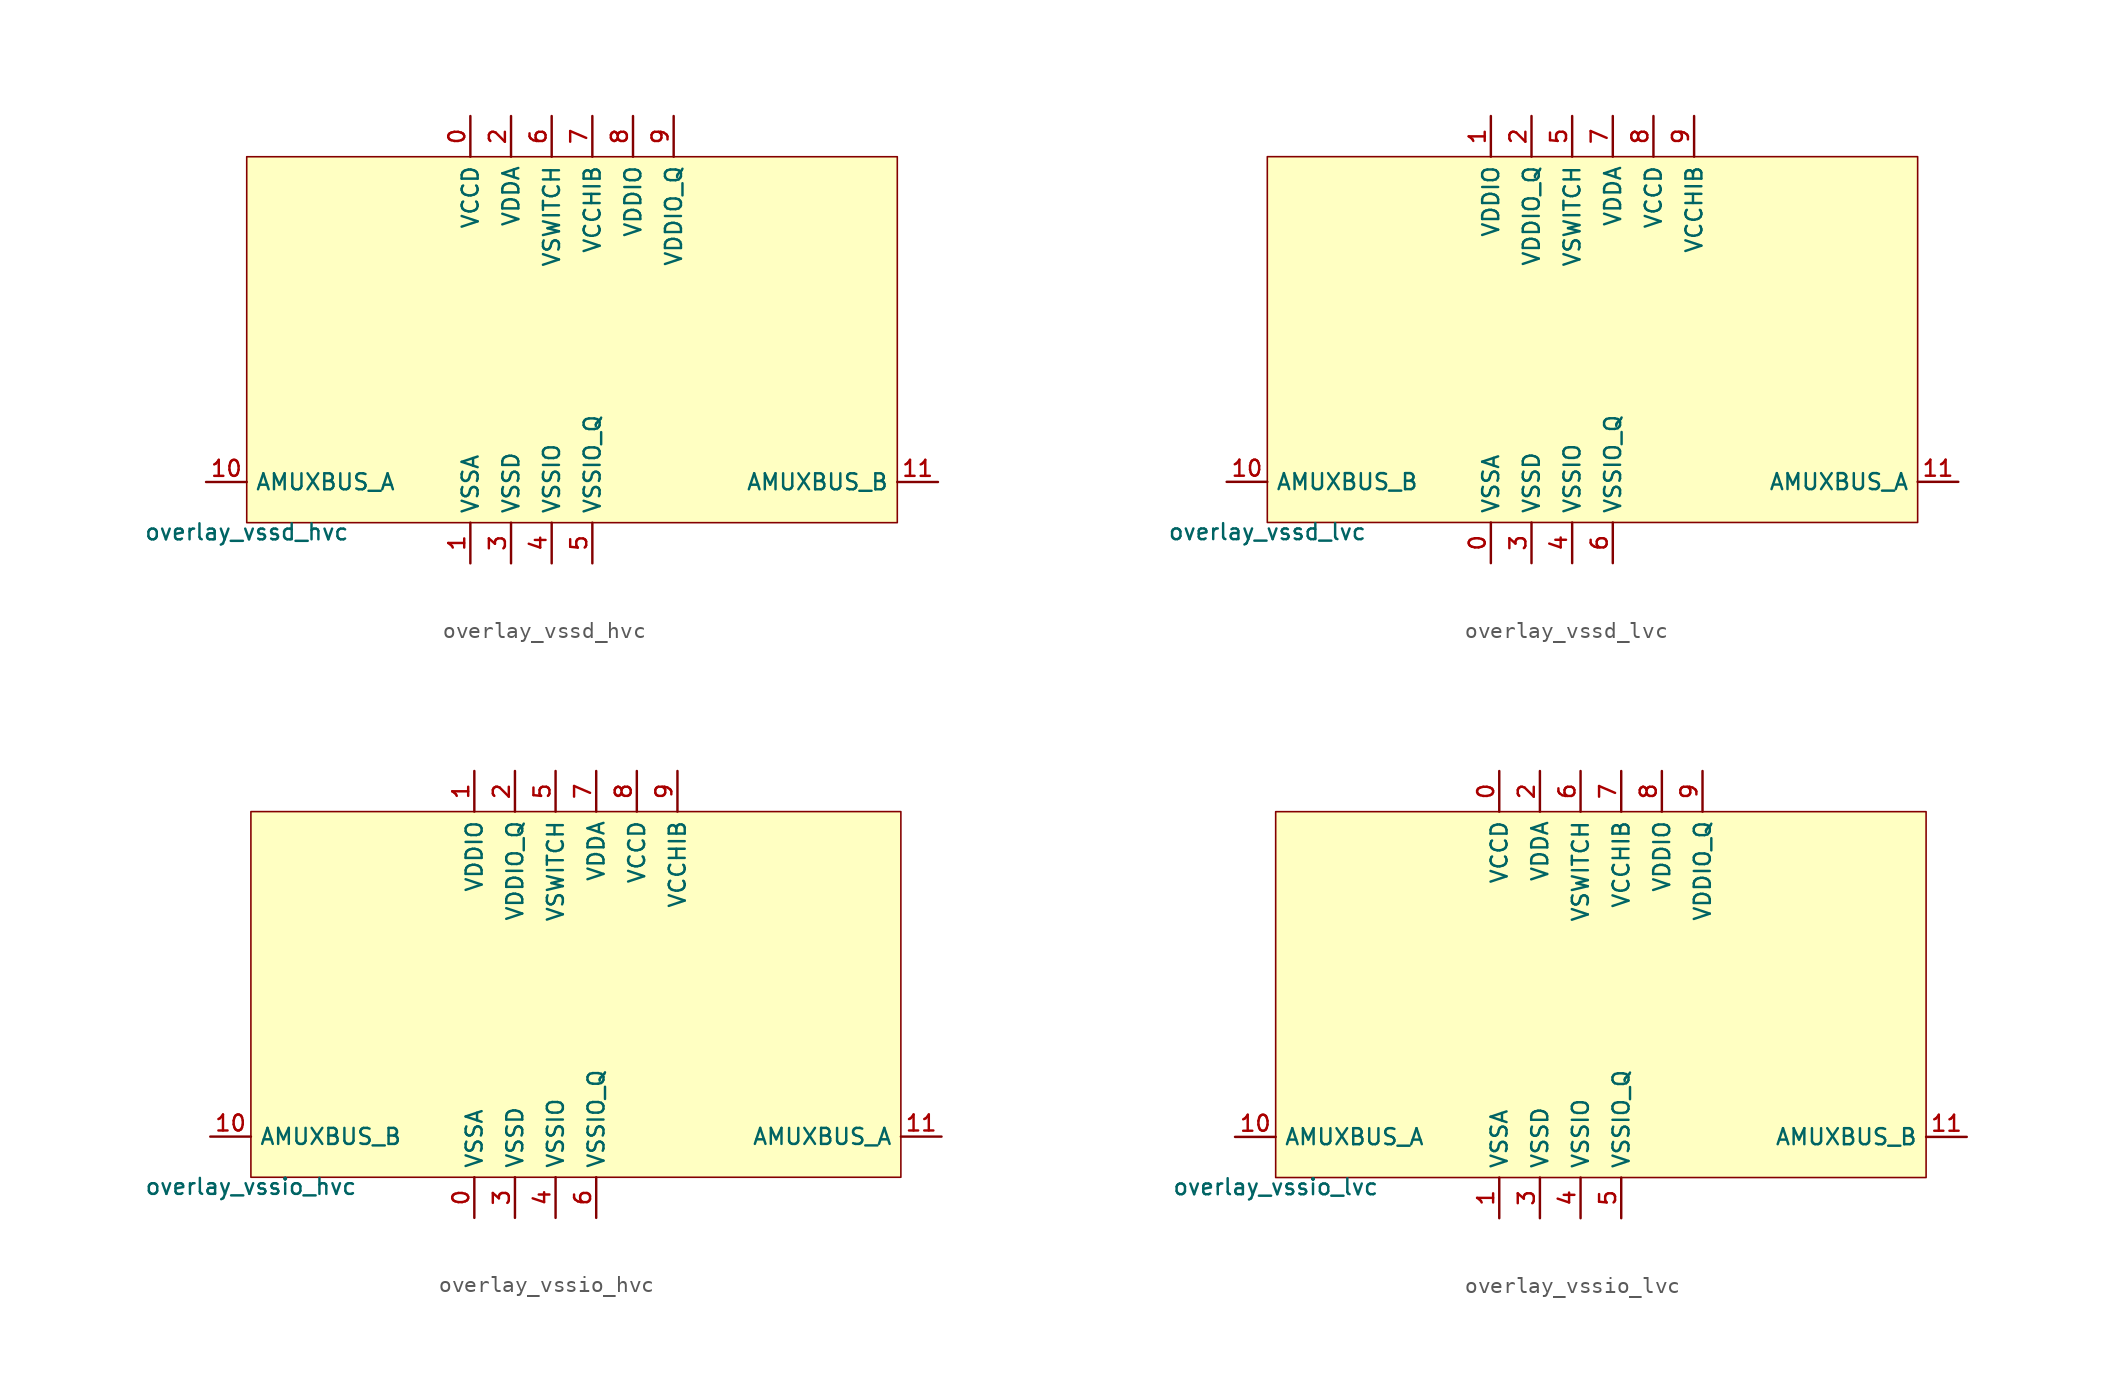
<source format=kicad_sym>
(kicad_symbol_lib
  (version 20211014)
  (generator pdk2kicad)
  (symbol "overlay_vssd_hvc"
    (property "Reference" "X"
      (at 0 0 0)
      (effects (font (size 1 1)) hide))
    (property "Value" "overlay_vssd_hvc"
      (at -20.32 -11.43 0)
      (effects (font (size 1 1)) (justify top)))
    (rectangle
      (start -20.32 -11.43)
      (end 20.32 11.43)
      (stroke (width 0.1) (type solid) (color 0 0 0 0))
      (fill (type background)))
    (pin power_in line
      (at -6.35 13.97 270)
      (length 2.54)
      (name "VCCD" (effects (font (size 1 1)) hide))
      (number "0" (effects (font (size 1 1)) hide)))
    (pin power_in line
      (at -6.35 -13.97 90)
      (length 2.54)
      (name "VSSA" (effects (font (size 1 1)) hide))
      (number "1" (effects (font (size 1 1)) hide)))
    (pin power_in line
      (at -3.81 13.97 270)
      (length 2.54)
      (name "VDDA" (effects (font (size 1 1)) hide))
      (number "2" (effects (font (size 1 1)) hide)))
    (pin power_in line
      (at -3.81 -13.97 90)
      (length 2.54)
      (name "VSSD" (effects (font (size 1 1)) hide))
      (number "3" (effects (font (size 1 1)) hide)))
    (pin power_in line
      (at -1.27 -13.97 90)
      (length 2.54)
      (name "VSSIO" (effects (font (size 1 1)) hide))
      (number "4" (effects (font (size 1 1)) hide)))
    (pin power_in line
      (at 1.27 -13.97 90)
      (length 2.54)
      (name "VSSIO_Q" (effects (font (size 1 1)) hide))
      (number "5" (effects (font (size 1 1)) hide)))
    (pin power_in line
      (at -1.27 13.97 270)
      (length 2.54)
      (name "VSWITCH" (effects (font (size 1 1)) hide))
      (number "6" (effects (font (size 1 1)) hide)))
    (pin power_in line
      (at 1.27 13.97 270)
      (length 2.54)
      (name "VCCHIB" (effects (font (size 1 1)) hide))
      (number "7" (effects (font (size 1 1)) hide)))
    (pin power_in line
      (at 3.81 13.97 270)
      (length 2.54)
      (name "VDDIO" (effects (font (size 1 1)) hide))
      (number "8" (effects (font (size 1 1)) hide)))
    (pin power_in line
      (at 6.35 13.97 270)
      (length 2.54)
      (name "VDDIO_Q" (effects (font (size 1 1)) hide))
      (number "9" (effects (font (size 1 1)) hide)))
    (pin bidirectional line
      (at -22.86 -8.89 0)
      (length 2.54)
      (name "AMUXBUS_A" (effects (font (size 1 1)) hide))
      (number "10" (effects (font (size 1 1)) hide)))
    (pin bidirectional line
      (at 22.86 -8.89 180)
      (length 2.54)
      (name "AMUXBUS_B" (effects (font (size 1 1)) hide))
      (number "11" (effects (font (size 1 1)) hide))))
  (symbol "overlay_vssd_lvc"
    (property "Reference" "X"
      (at 0 0 0)
      (effects (font (size 1 1)) hide))
    (property "Value" "overlay_vssd_lvc"
      (at -20.32 -11.43 0)
      (effects (font (size 1 1)) (justify top)))
    (rectangle
      (start -20.32 -11.43)
      (end 20.32 11.43)
      (stroke (width 0.1) (type solid) (color 0 0 0 0))
      (fill (type background)))
    (pin power_in line
      (at -6.35 -13.97 90)
      (length 2.54)
      (name "VSSA" (effects (font (size 1 1)) hide))
      (number "0" (effects (font (size 1 1)) hide)))
    (pin power_in line
      (at -6.35 13.97 270)
      (length 2.54)
      (name "VDDIO" (effects (font (size 1 1)) hide))
      (number "1" (effects (font (size 1 1)) hide)))
    (pin power_in line
      (at -3.81 13.97 270)
      (length 2.54)
      (name "VDDIO_Q" (effects (font (size 1 1)) hide))
      (number "2" (effects (font (size 1 1)) hide)))
    (pin power_in line
      (at -3.81 -13.97 90)
      (length 2.54)
      (name "VSSD" (effects (font (size 1 1)) hide))
      (number "3" (effects (font (size 1 1)) hide)))
    (pin power_in line
      (at -1.27 -13.97 90)
      (length 2.54)
      (name "VSSIO" (effects (font (size 1 1)) hide))
      (number "4" (effects (font (size 1 1)) hide)))
    (pin power_in line
      (at -1.27 13.97 270)
      (length 2.54)
      (name "VSWITCH" (effects (font (size 1 1)) hide))
      (number "5" (effects (font (size 1 1)) hide)))
    (pin power_in line
      (at 1.27 -13.97 90)
      (length 2.54)
      (name "VSSIO_Q" (effects (font (size 1 1)) hide))
      (number "6" (effects (font (size 1 1)) hide)))
    (pin power_in line
      (at 1.27 13.97 270)
      (length 2.54)
      (name "VDDA" (effects (font (size 1 1)) hide))
      (number "7" (effects (font (size 1 1)) hide)))
    (pin power_in line
      (at 3.81 13.97 270)
      (length 2.54)
      (name "VCCD" (effects (font (size 1 1)) hide))
      (number "8" (effects (font (size 1 1)) hide)))
    (pin power_in line
      (at 6.35 13.97 270)
      (length 2.54)
      (name "VCCHIB" (effects (font (size 1 1)) hide))
      (number "9" (effects (font (size 1 1)) hide)))
    (pin bidirectional line
      (at -22.86 -8.89 0)
      (length 2.54)
      (name "AMUXBUS_B" (effects (font (size 1 1)) hide))
      (number "10" (effects (font (size 1 1)) hide)))
    (pin bidirectional line
      (at 22.86 -8.89 180)
      (length 2.54)
      (name "AMUXBUS_A" (effects (font (size 1 1)) hide))
      (number "11" (effects (font (size 1 1)) hide))))
  (symbol "overlay_vssio_hvc"
    (property "Reference" "X"
      (at 0 0 0)
      (effects (font (size 1 1)) hide))
    (property "Value" "overlay_vssio_hvc"
      (at -20.32 -11.43 0)
      (effects (font (size 1 1)) (justify top)))
    (rectangle
      (start -20.32 -11.43)
      (end 20.32 11.43)
      (stroke (width 0.1) (type solid) (color 0 0 0 0))
      (fill (type background)))
    (pin power_in line
      (at -6.35 -13.97 90)
      (length 2.54)
      (name "VSSA" (effects (font (size 1 1)) hide))
      (number "0" (effects (font (size 1 1)) hide)))
    (pin power_in line
      (at -6.35 13.97 270)
      (length 2.54)
      (name "VDDIO" (effects (font (size 1 1)) hide))
      (number "1" (effects (font (size 1 1)) hide)))
    (pin power_in line
      (at -3.81 13.97 270)
      (length 2.54)
      (name "VDDIO_Q" (effects (font (size 1 1)) hide))
      (number "2" (effects (font (size 1 1)) hide)))
    (pin power_in line
      (at -3.81 -13.97 90)
      (length 2.54)
      (name "VSSD" (effects (font (size 1 1)) hide))
      (number "3" (effects (font (size 1 1)) hide)))
    (pin power_in line
      (at -1.27 -13.97 90)
      (length 2.54)
      (name "VSSIO" (effects (font (size 1 1)) hide))
      (number "4" (effects (font (size 1 1)) hide)))
    (pin power_in line
      (at -1.27 13.97 270)
      (length 2.54)
      (name "VSWITCH" (effects (font (size 1 1)) hide))
      (number "5" (effects (font (size 1 1)) hide)))
    (pin power_in line
      (at 1.27 -13.97 90)
      (length 2.54)
      (name "VSSIO_Q" (effects (font (size 1 1)) hide))
      (number "6" (effects (font (size 1 1)) hide)))
    (pin power_in line
      (at 1.27 13.97 270)
      (length 2.54)
      (name "VDDA" (effects (font (size 1 1)) hide))
      (number "7" (effects (font (size 1 1)) hide)))
    (pin power_in line
      (at 3.81 13.97 270)
      (length 2.54)
      (name "VCCD" (effects (font (size 1 1)) hide))
      (number "8" (effects (font (size 1 1)) hide)))
    (pin power_in line
      (at 6.35 13.97 270)
      (length 2.54)
      (name "VCCHIB" (effects (font (size 1 1)) hide))
      (number "9" (effects (font (size 1 1)) hide)))
    (pin bidirectional line
      (at -22.86 -8.89 0)
      (length 2.54)
      (name "AMUXBUS_B" (effects (font (size 1 1)) hide))
      (number "10" (effects (font (size 1 1)) hide)))
    (pin bidirectional line
      (at 22.86 -8.89 180)
      (length 2.54)
      (name "AMUXBUS_A" (effects (font (size 1 1)) hide))
      (number "11" (effects (font (size 1 1)) hide))))
  (symbol "overlay_vssio_lvc"
    (property "Reference" "X"
      (at 0 0 0)
      (effects (font (size 1 1)) hide))
    (property "Value" "overlay_vssio_lvc"
      (at -20.32 -11.43 0)
      (effects (font (size 1 1)) (justify top)))
    (rectangle
      (start -20.32 -11.43)
      (end 20.32 11.43)
      (stroke (width 0.1) (type solid) (color 0 0 0 0))
      (fill (type background)))
    (pin power_in line
      (at -6.35 13.97 270)
      (length 2.54)
      (name "VCCD" (effects (font (size 1 1)) hide))
      (number "0" (effects (font (size 1 1)) hide)))
    (pin power_in line
      (at -6.35 -13.97 90)
      (length 2.54)
      (name "VSSA" (effects (font (size 1 1)) hide))
      (number "1" (effects (font (size 1 1)) hide)))
    (pin power_in line
      (at -3.81 13.97 270)
      (length 2.54)
      (name "VDDA" (effects (font (size 1 1)) hide))
      (number "2" (effects (font (size 1 1)) hide)))
    (pin power_in line
      (at -3.81 -13.97 90)
      (length 2.54)
      (name "VSSD" (effects (font (size 1 1)) hide))
      (number "3" (effects (font (size 1 1)) hide)))
    (pin power_in line
      (at -1.27 -13.97 90)
      (length 2.54)
      (name "VSSIO" (effects (font (size 1 1)) hide))
      (number "4" (effects (font (size 1 1)) hide)))
    (pin power_in line
      (at 1.27 -13.97 90)
      (length 2.54)
      (name "VSSIO_Q" (effects (font (size 1 1)) hide))
      (number "5" (effects (font (size 1 1)) hide)))
    (pin power_in line
      (at -1.27 13.97 270)
      (length 2.54)
      (name "VSWITCH" (effects (font (size 1 1)) hide))
      (number "6" (effects (font (size 1 1)) hide)))
    (pin power_in line
      (at 1.27 13.97 270)
      (length 2.54)
      (name "VCCHIB" (effects (font (size 1 1)) hide))
      (number "7" (effects (font (size 1 1)) hide)))
    (pin power_in line
      (at 3.81 13.97 270)
      (length 2.54)
      (name "VDDIO" (effects (font (size 1 1)) hide))
      (number "8" (effects (font (size 1 1)) hide)))
    (pin power_in line
      (at 6.35 13.97 270)
      (length 2.54)
      (name "VDDIO_Q" (effects (font (size 1 1)) hide))
      (number "9" (effects (font (size 1 1)) hide)))
    (pin bidirectional line
      (at -22.86 -8.89 0)
      (length 2.54)
      (name "AMUXBUS_A" (effects (font (size 1 1)) hide))
      (number "10" (effects (font (size 1 1)) hide)))
    (pin bidirectional line
      (at 22.86 -8.89 180)
      (length 2.54)
      (name "AMUXBUS_B" (effects (font (size 1 1)) hide))
      (number "11" (effects (font (size 1 1)) hide)))))
</source>
